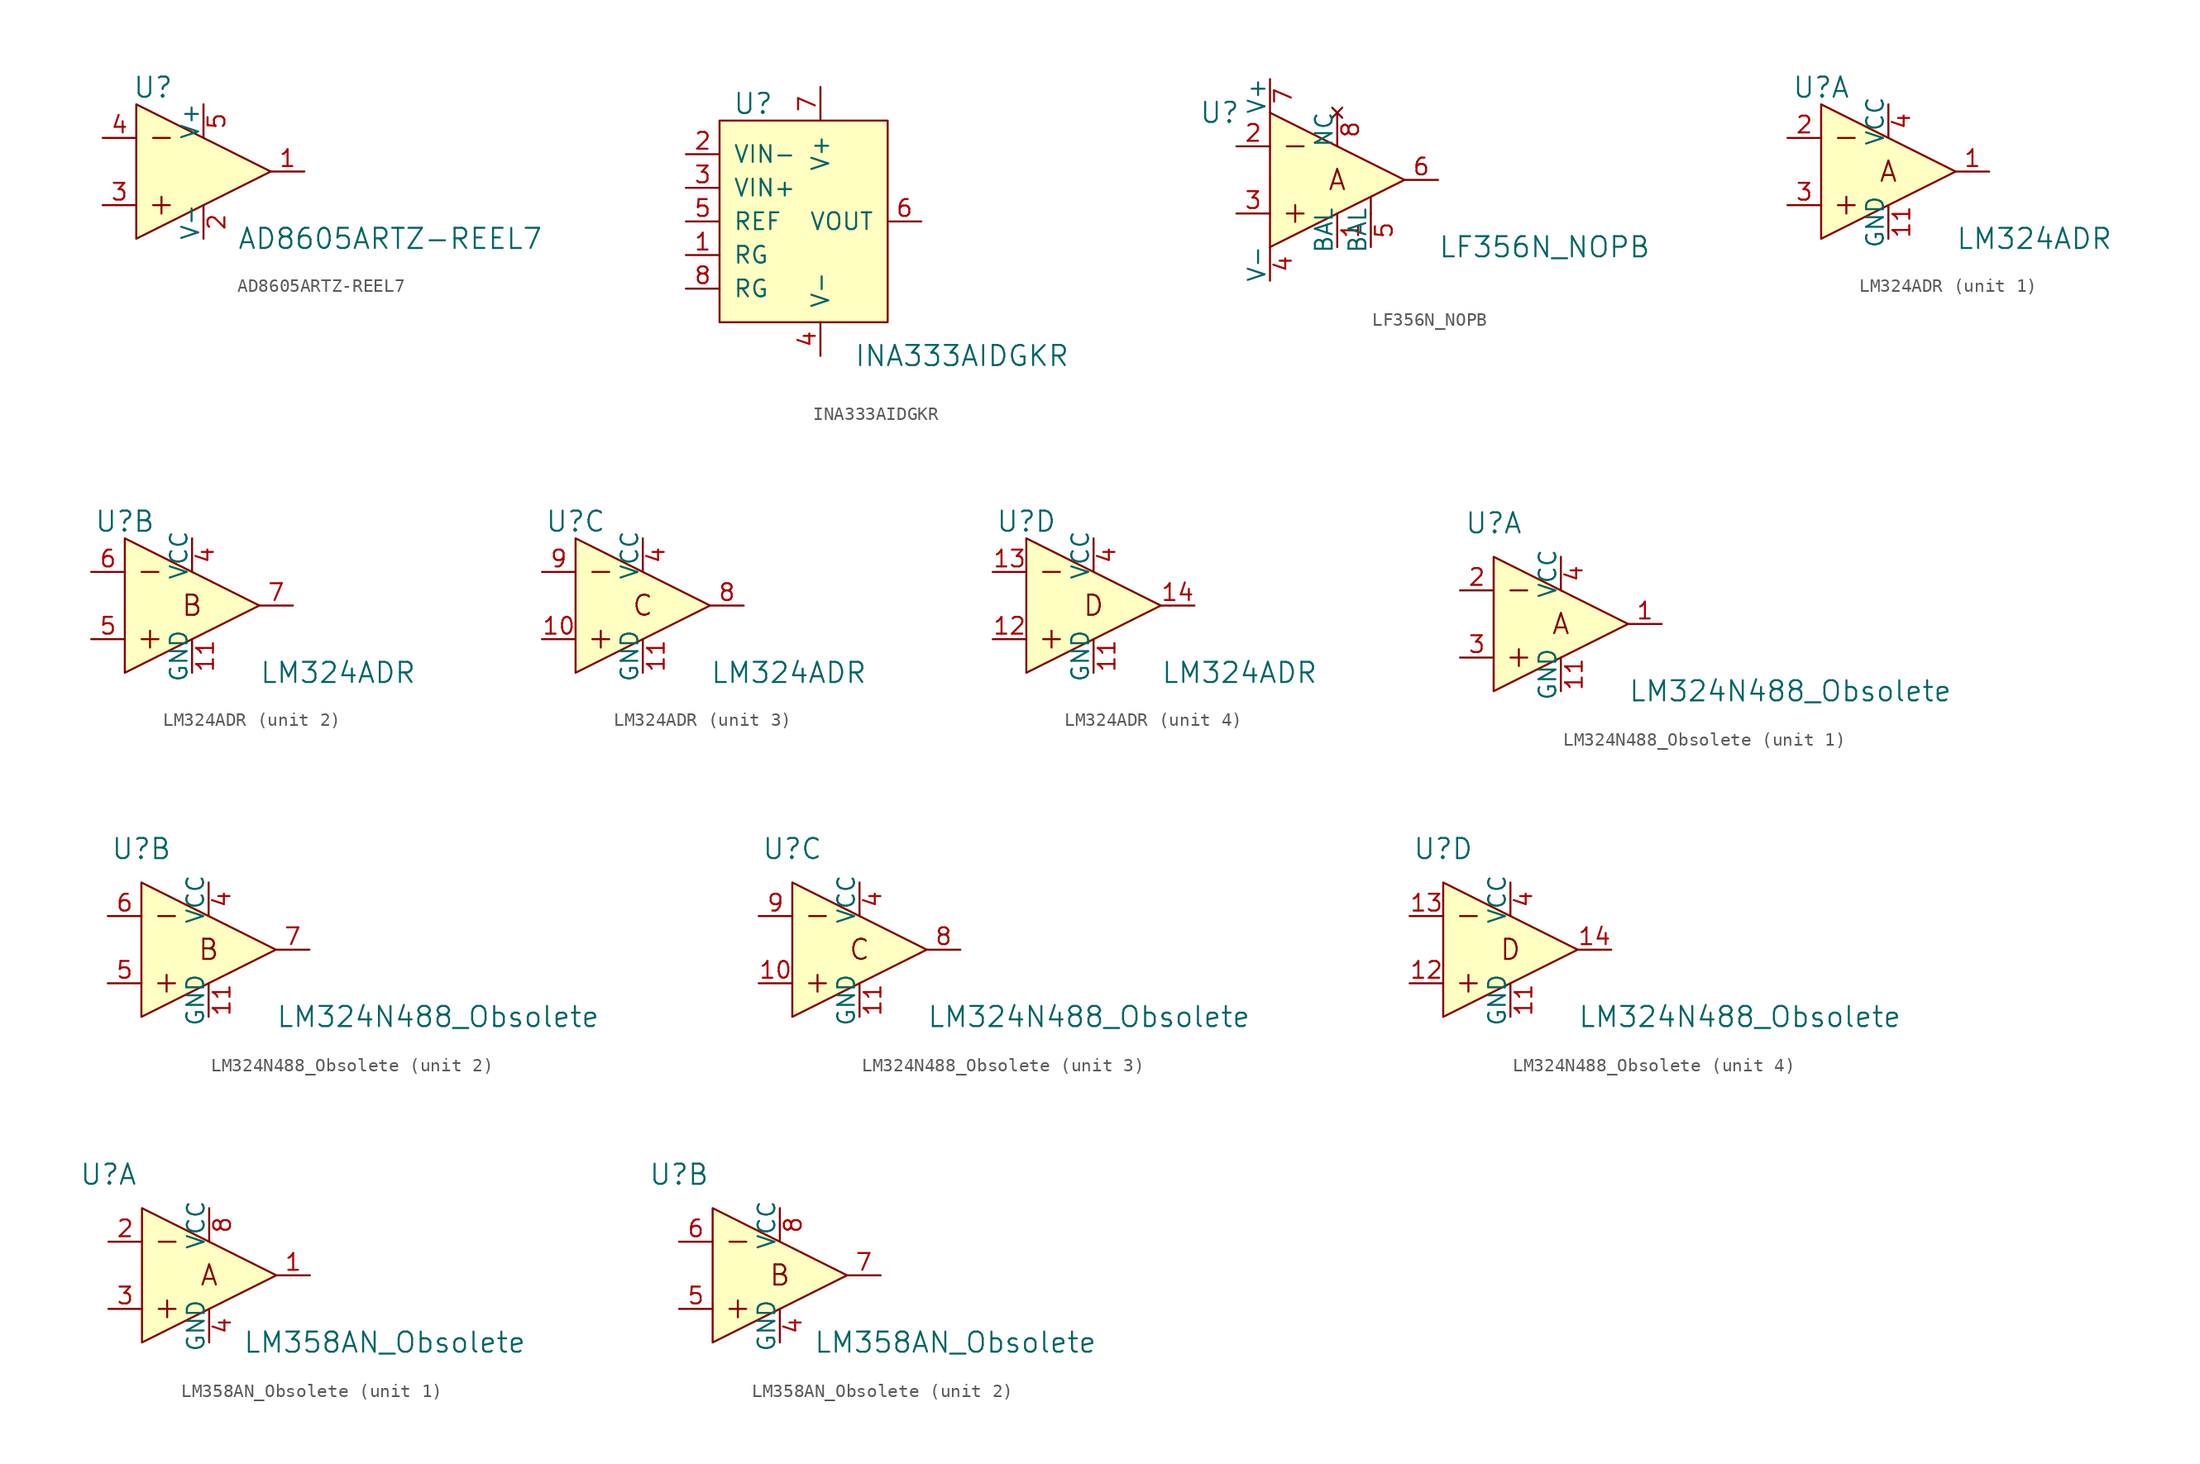
<source format=kicad_sym>
(kicad_symbol_lib
  (version 20220914)
  (generator kicad_symbol_editor)
  (symbol "AD8605ARTZ-REEL7"
    (pin_names
      (offset 0))
    (property "Reference" "U"
      (at -3.81 6.35 0)
      (effects (font (size 1.524 1.524))))
    (property "Value" "AD8605ARTZ-REEL7"
      (at 2.54 -5.08 0)
      (effects (font (size 1.524 1.524)) (justify left)))
    (symbol "AD8605ARTZ-REEL7_1_0"
      (polyline (pts (xy -3.81 -2.54) (xy -2.54 -2.54)) (stroke (width 0) (type solid)) (fill (type none)))
      (polyline (pts (xy -3.81 2.54) (xy -2.54 2.54)) (stroke (width 0) (type solid)) (fill (type none)))
      (polyline (pts (xy -3.175 -1.905) (xy -3.175 -3.175)) (stroke (width 0) (type solid)) (fill (type none)))
      (polyline (pts (xy -5.08 5.08) (xy -5.08 -5.08) (xy 5.08 0) (xy -5.08 5.08)) (stroke (width 0) (type solid)) (fill (type background))))
    (symbol "AD8605ARTZ-REEL7_1_1"
      (pin output line (at 7.62 0 180) (length 2.54) (name "~" (effects (font (size 1.27 1.27)))) (number "1" (effects (font (size 1.27 1.27)))))
      (pin power_in line (at 0 -5.08 90) (length 2.54) (name "V-" (effects (font (size 1.27 1.27)))) (number "2" (effects (font (size 1.27 1.27)))))
      (pin input line (at -7.62 -2.54 0) (length 2.54) (name "~" (effects (font (size 1.27 1.27)))) (number "3" (effects (font (size 1.27 1.27)))))
      (pin input line (at -7.62 2.54 0) (length 2.54) (name "~" (effects (font (size 1.27 1.27)))) (number "4" (effects (font (size 1.27 1.27)))))
      (pin power_in line (at 0 5.08 270) (length 2.54) (name "V+" (effects (font (size 1.27 1.27)))) (number "5" (effects (font (size 1.27 1.27)))))))
  (symbol "INA333AIDGKR"
    (pin_names
      (offset 1.016))
    (property "Reference" "U"
      (at -5.08 3.81 0)
      (effects (font (size 1.524 1.524))))
    (property "Value" "INA333AIDGKR"
      (at 2.54 -15.24 0)
      (effects (font (size 1.524 1.524)) (justify left)))
    (symbol "INA333AIDGKR_0_1"
      (rectangle (start -7.62 2.54) (end 5.08 -12.7) (stroke (width 0) (type solid)) (fill (type background))))
    (symbol "INA333AIDGKR_1_1"
      (pin passive line (at -10.16 -7.62 0) (length 2.54) (name "RG" (effects (font (size 1.27 1.27)))) (number "1" (effects (font (size 1.27 1.27)))))
      (pin input line (at -10.16 0 0) (length 2.54) (name "VIN-" (effects (font (size 1.27 1.27)))) (number "2" (effects (font (size 1.27 1.27)))))
      (pin input line (at -10.16 -2.54 0) (length 2.54) (name "VIN+" (effects (font (size 1.27 1.27)))) (number "3" (effects (font (size 1.27 1.27)))))
      (pin power_in line (at 0 -15.24 90) (length 2.54) (name "V-" (effects (font (size 1.27 1.27)))) (number "4" (effects (font (size 1.27 1.27)))))
      (pin input line (at -10.16 -5.08 0) (length 2.54) (name "REF" (effects (font (size 1.27 1.27)))) (number "5" (effects (font (size 1.27 1.27)))))
      (pin output line (at 7.62 -5.08 180) (length 2.54) (name "VOUT" (effects (font (size 1.27 1.27)))) (number "6" (effects (font (size 1.27 1.27)))))
      (pin power_in line (at 0 5.08 270) (length 2.54) (name "V+" (effects (font (size 1.27 1.27)))) (number "7" (effects (font (size 1.27 1.27)))))
      (pin passive line (at -10.16 -10.16 0) (length 2.54) (name "RG" (effects (font (size 1.27 1.27)))) (number "8" (effects (font (size 1.27 1.27)))))))
  (symbol "LF356N_NOPB"
    (pin_names
      (offset 0))
    (property "Reference" "U"
      (at -8.89 5.08 0)
      (effects (font (size 1.524 1.524))))
    (property "Value" "LF356N_NOPB"
      (at 7.62 -5.08 0)
      (effects (font (size 1.524 1.524)) (justify left)))
    (symbol "LF356N_NOPB_0_0"
      (text "A" (at 0 0 0) (effects (font (size 1.524 1.524)))))
    (symbol "LF356N_NOPB_1_0"
      (polyline (pts (xy -3.81 -2.54) (xy -2.54 -2.54)) (stroke (width 0) (type solid)) (fill (type none)))
      (polyline (pts (xy -3.81 2.54) (xy -2.54 2.54)) (stroke (width 0) (type solid)) (fill (type none)))
      (polyline (pts (xy -3.175 -1.905) (xy -3.175 -3.175)) (stroke (width 0) (type solid)) (fill (type none)))
      (polyline (pts (xy 2.54 -1.27) (xy 2.54 -2.54)) (stroke (width 0) (type solid)) (fill (type none)))
      (polyline (pts (xy -5.08 5.08) (xy -5.08 -5.08) (xy 5.08 0) (xy -5.08 5.08)) (stroke (width 0) (type solid)) (fill (type background))))
    (symbol "LF356N_NOPB_1_1"
      (pin input line (at 0 -5.08 90) (length 2.54) (name "BAL" (effects (font (size 1.27 1.27)))) (number "1" (effects (font (size 1.27 1.27)))))
      (pin input line (at -7.62 2.54 0) (length 2.54) (name "~" (effects (font (size 1.27 1.27)))) (number "2" (effects (font (size 1.27 1.27)))))
      (pin input line (at -7.62 -2.54 0) (length 2.54) (name "~" (effects (font (size 1.27 1.27)))) (number "3" (effects (font (size 1.27 1.27)))))
      (pin power_in line (at -5.08 -7.62 90) (length 2.54) (name "V-" (effects (font (size 1.27 1.27)))) (number "4" (effects (font (size 1.27 1.27)))))
      (pin input line (at 2.54 -5.08 90) (length 2.54) (name "BAL" (effects (font (size 1.27 1.27)))) (number "5" (effects (font (size 1.27 1.27)))))
      (pin output line (at 7.62 0 180) (length 2.54) (name "~" (effects (font (size 1.27 1.27)))) (number "6" (effects (font (size 1.27 1.27)))))
      (pin power_in line (at -5.08 7.62 270) (length 2.54) (name "V+" (effects (font (size 1.27 1.27)))) (number "7" (effects (font (size 1.27 1.27)))))
      (pin no_connect line (at 0 5.08 270) (length 2.54) (name "NC" (effects (font (size 1.27 1.27)))) (number "8" (effects (font (size 1.27 1.27)))))))
  (symbol "LM324ADR"
    (pin_names
      (offset 0))
    (property "Reference" "U"
      (at -5.08 6.35 0)
      (effects (font (size 1.524 1.524))))
    (property "Value" "LM324ADR"
      (at 5.08 -5.08 0)
      (effects (font (size 1.524 1.524)) (justify left)))
    (property "ki_locked" ""
      (at 0 0 0)
      (effects (font (size 1.27 1.27))))
    (symbol "LM324ADR_0_0"
      (polyline (pts (xy -3.81 -2.54) (xy -2.54 -2.54)) (stroke (width 0) (type solid)) (fill (type none)))
      (polyline (pts (xy -3.81 2.54) (xy -2.54 2.54)) (stroke (width 0) (type solid)) (fill (type none)))
      (polyline (pts (xy -3.175 -1.905) (xy -3.175 -3.175)) (stroke (width 0) (type solid)) (fill (type none)))
      (polyline (pts (xy -5.08 5.08) (xy -5.08 -5.08) (xy 5.08 0) (xy -5.08 5.08)) (stroke (width 0) (type solid)) (fill (type background))))
    (symbol "LM324ADR_1_0"
      (text "A" (at 0 0 0) (effects (font (size 1.524 1.524)))))
    (symbol "LM324ADR_1_1"
      (pin output line (at 7.62 0 180) (length 2.54) (name "~" (effects (font (size 1.27 1.27)))) (number "1" (effects (font (size 1.27 1.27)))))
      (pin power_in line (at 0 -5.08 90) (length 2.54) (name "GND" (effects (font (size 1.27 1.27)))) (number "11" (effects (font (size 1.27 1.27)))))
      (pin input line (at -7.62 2.54 0) (length 2.54) (name "~" (effects (font (size 1.27 1.27)))) (number "2" (effects (font (size 1.27 1.27)))))
      (pin input line (at -7.62 -2.54 0) (length 2.54) (name "~" (effects (font (size 1.27 1.27)))) (number "3" (effects (font (size 1.27 1.27)))))
      (pin power_in line (at 0 5.08 270) (length 2.54) (name "VCC" (effects (font (size 1.27 1.27)))) (number "4" (effects (font (size 1.27 1.27))))))
    (symbol "LM324ADR_2_0"
      (text "B" (at 0 0 0) (effects (font (size 1.524 1.524)))))
    (symbol "LM324ADR_2_1"
      (pin power_in line (at 0 -5.08 90) (length 2.54) (name "GND" (effects (font (size 1.27 1.27)))) (number "11" (effects (font (size 1.27 1.27)))))
      (pin power_in line (at 0 5.08 270) (length 2.54) (name "VCC" (effects (font (size 1.27 1.27)))) (number "4" (effects (font (size 1.27 1.27)))))
      (pin input line (at -7.62 -2.54 0) (length 2.54) (name "~" (effects (font (size 1.27 1.27)))) (number "5" (effects (font (size 1.27 1.27)))))
      (pin input line (at -7.62 2.54 0) (length 2.54) (name "~" (effects (font (size 1.27 1.27)))) (number "6" (effects (font (size 1.27 1.27)))))
      (pin output line (at 7.62 0 180) (length 2.54) (name "~" (effects (font (size 1.27 1.27)))) (number "7" (effects (font (size 1.27 1.27))))))
    (symbol "LM324ADR_3_0"
      (text "C" (at 0 0 0) (effects (font (size 1.524 1.524)))))
    (symbol "LM324ADR_3_1"
      (pin input line (at -7.62 -2.54 0) (length 2.54) (name "~" (effects (font (size 1.27 1.27)))) (number "10" (effects (font (size 1.27 1.27)))))
      (pin power_in line (at 0 -5.08 90) (length 2.54) (name "GND" (effects (font (size 1.27 1.27)))) (number "11" (effects (font (size 1.27 1.27)))))
      (pin power_in line (at 0 5.08 270) (length 2.54) (name "VCC" (effects (font (size 1.27 1.27)))) (number "4" (effects (font (size 1.27 1.27)))))
      (pin output line (at 7.62 0 180) (length 2.54) (name "~" (effects (font (size 1.27 1.27)))) (number "8" (effects (font (size 1.27 1.27)))))
      (pin input line (at -7.62 2.54 0) (length 2.54) (name "~" (effects (font (size 1.27 1.27)))) (number "9" (effects (font (size 1.27 1.27))))))
    (symbol "LM324ADR_4_0"
      (text "D" (at 0 0 0) (effects (font (size 1.524 1.524)))))
    (symbol "LM324ADR_4_1"
      (pin power_in line (at 0 -5.08 90) (length 2.54) (name "GND" (effects (font (size 1.27 1.27)))) (number "11" (effects (font (size 1.27 1.27)))))
      (pin input line (at -7.62 -2.54 0) (length 2.54) (name "~" (effects (font (size 1.27 1.27)))) (number "12" (effects (font (size 1.27 1.27)))))
      (pin input line (at -7.62 2.54 0) (length 2.54) (name "~" (effects (font (size 1.27 1.27)))) (number "13" (effects (font (size 1.27 1.27)))))
      (pin output line (at 7.62 0 180) (length 2.54) (name "~" (effects (font (size 1.27 1.27)))) (number "14" (effects (font (size 1.27 1.27)))))
      (pin power_in line (at 0 5.08 270) (length 2.54) (name "VCC" (effects (font (size 1.27 1.27)))) (number "4" (effects (font (size 1.27 1.27)))))))
  (symbol "LM324N488_Obsolete"
    (pin_names
      (offset 0))
    (property "Reference" "U"
      (at -5.08 7.62 0)
      (effects (font (size 1.524 1.524))))
    (property "Value" "LM324N488_Obsolete"
      (at 5.08 -5.08 0)
      (effects (font (size 1.524 1.524)) (justify left)))
    (property "ki_locked" ""
      (at 0 0 0)
      (effects (font (size 1.27 1.27))))
    (symbol "LM324N488_Obsolete_0_0"
      (polyline (pts (xy -3.81 -2.54) (xy -2.54 -2.54)) (stroke (width 0) (type solid)) (fill (type none)))
      (polyline (pts (xy -3.81 2.54) (xy -2.54 2.54)) (stroke (width 0) (type solid)) (fill (type none)))
      (polyline (pts (xy -3.175 -1.905) (xy -3.175 -3.175)) (stroke (width 0) (type solid)) (fill (type none)))
      (polyline (pts (xy -5.08 5.08) (xy -5.08 -5.08) (xy 5.08 0) (xy -5.08 5.08)) (stroke (width 0) (type solid)) (fill (type background))))
    (symbol "LM324N488_Obsolete_1_0"
      (text "A" (at 0 0 0) (effects (font (size 1.524 1.524)))))
    (symbol "LM324N488_Obsolete_1_1"
      (pin output line (at 7.62 0 180) (length 2.54) (name "~" (effects (font (size 1.27 1.27)))) (number "1" (effects (font (size 1.27 1.27)))))
      (pin power_in line (at 0 -5.08 90) (length 2.54) (name "GND" (effects (font (size 1.27 1.27)))) (number "11" (effects (font (size 1.27 1.27)))))
      (pin input line (at -7.62 2.54 0) (length 2.54) (name "~" (effects (font (size 1.27 1.27)))) (number "2" (effects (font (size 1.27 1.27)))))
      (pin input line (at -7.62 -2.54 0) (length 2.54) (name "~" (effects (font (size 1.27 1.27)))) (number "3" (effects (font (size 1.27 1.27)))))
      (pin power_in line (at 0 5.08 270) (length 2.54) (name "VCC" (effects (font (size 1.27 1.27)))) (number "4" (effects (font (size 1.27 1.27))))))
    (symbol "LM324N488_Obsolete_2_0"
      (text "B" (at 0 0 0) (effects (font (size 1.524 1.524)))))
    (symbol "LM324N488_Obsolete_2_1"
      (pin power_in line (at 0 -5.08 90) (length 2.54) (name "GND" (effects (font (size 1.27 1.27)))) (number "11" (effects (font (size 1.27 1.27)))))
      (pin power_in line (at 0 5.08 270) (length 2.54) (name "VCC" (effects (font (size 1.27 1.27)))) (number "4" (effects (font (size 1.27 1.27)))))
      (pin input line (at -7.62 -2.54 0) (length 2.54) (name "~" (effects (font (size 1.27 1.27)))) (number "5" (effects (font (size 1.27 1.27)))))
      (pin input line (at -7.62 2.54 0) (length 2.54) (name "~" (effects (font (size 1.27 1.27)))) (number "6" (effects (font (size 1.27 1.27)))))
      (pin output line (at 7.62 0 180) (length 2.54) (name "~" (effects (font (size 1.27 1.27)))) (number "7" (effects (font (size 1.27 1.27))))))
    (symbol "LM324N488_Obsolete_3_0"
      (text "C" (at 0 0 0) (effects (font (size 1.524 1.524)))))
    (symbol "LM324N488_Obsolete_3_1"
      (pin input line (at -7.62 -2.54 0) (length 2.54) (name "~" (effects (font (size 1.27 1.27)))) (number "10" (effects (font (size 1.27 1.27)))))
      (pin power_in line (at 0 -5.08 90) (length 2.54) (name "GND" (effects (font (size 1.27 1.27)))) (number "11" (effects (font (size 1.27 1.27)))))
      (pin power_in line (at 0 5.08 270) (length 2.54) (name "VCC" (effects (font (size 1.27 1.27)))) (number "4" (effects (font (size 1.27 1.27)))))
      (pin output line (at 7.62 0 180) (length 2.54) (name "~" (effects (font (size 1.27 1.27)))) (number "8" (effects (font (size 1.27 1.27)))))
      (pin input line (at -7.62 2.54 0) (length 2.54) (name "~" (effects (font (size 1.27 1.27)))) (number "9" (effects (font (size 1.27 1.27))))))
    (symbol "LM324N488_Obsolete_4_0"
      (text "D" (at 0 0 0) (effects (font (size 1.524 1.524)))))
    (symbol "LM324N488_Obsolete_4_1"
      (pin power_in line (at 0 -5.08 90) (length 2.54) (name "GND" (effects (font (size 1.27 1.27)))) (number "11" (effects (font (size 1.27 1.27)))))
      (pin input line (at -7.62 -2.54 0) (length 2.54) (name "~" (effects (font (size 1.27 1.27)))) (number "12" (effects (font (size 1.27 1.27)))))
      (pin input line (at -7.62 2.54 0) (length 2.54) (name "~" (effects (font (size 1.27 1.27)))) (number "13" (effects (font (size 1.27 1.27)))))
      (pin output line (at 7.62 0 180) (length 2.54) (name "~" (effects (font (size 1.27 1.27)))) (number "14" (effects (font (size 1.27 1.27)))))
      (pin power_in line (at 0 5.08 270) (length 2.54) (name "VCC" (effects (font (size 1.27 1.27)))) (number "4" (effects (font (size 1.27 1.27)))))))
  (symbol "LM358AN_Obsolete"
    (pin_names
      (offset 0))
    (property "Reference" "U"
      (at -7.62 7.62 0)
      (effects (font (size 1.524 1.524))))
    (property "Value" "LM358AN_Obsolete"
      (at 2.54 -5.08 0)
      (effects (font (size 1.524 1.524)) (justify left)))
    (property "ki_locked" ""
      (at 0 0 0)
      (effects (font (size 1.27 1.27))))
    (symbol "LM358AN_Obsolete_0_1"
      (polyline (pts (xy -3.81 -2.54) (xy -2.54 -2.54)) (stroke (width 0) (type solid)) (fill (type none)))
      (polyline (pts (xy -3.81 2.54) (xy -2.54 2.54)) (stroke (width 0) (type solid)) (fill (type none)))
      (polyline (pts (xy -3.175 -1.905) (xy -3.175 -3.175)) (stroke (width 0) (type solid)) (fill (type none)))
      (polyline (pts (xy -5.08 5.08) (xy -5.08 -5.08) (xy 5.08 0) (xy -5.08 5.08)) (stroke (width 0) (type solid)) (fill (type background))))
    (symbol "LM358AN_Obsolete_1_0"
      (text "A" (at 0 0 0) (effects (font (size 1.524 1.524)))))
    (symbol "LM358AN_Obsolete_1_1"
      (pin output line (at 7.62 0 180) (length 2.54) (name "~" (effects (font (size 1.27 1.27)))) (number "1" (effects (font (size 1.27 1.27)))))
      (pin input line (at -7.62 2.54 0) (length 2.54) (name "~" (effects (font (size 1.27 1.27)))) (number "2" (effects (font (size 1.27 1.27)))))
      (pin input line (at -7.62 -2.54 0) (length 2.54) (name "~" (effects (font (size 1.27 1.27)))) (number "3" (effects (font (size 1.27 1.27)))))
      (pin power_in line (at 0 -5.08 90) (length 2.54) (name "GND" (effects (font (size 1.27 1.27)))) (number "4" (effects (font (size 1.27 1.27)))))
      (pin power_in line (at 0 5.08 270) (length 2.54) (name "VCC" (effects (font (size 1.27 1.27)))) (number "8" (effects (font (size 1.27 1.27))))))
    (symbol "LM358AN_Obsolete_2_0"
      (text "B" (at 0 0 0) (effects (font (size 1.524 1.524)))))
    (symbol "LM358AN_Obsolete_2_1"
      (pin power_in line (at 0 -5.08 90) (length 2.54) (name "GND" (effects (font (size 1.27 1.27)))) (number "4" (effects (font (size 1.27 1.27)))))
      (pin input line (at -7.62 -2.54 0) (length 2.54) (name "~" (effects (font (size 1.27 1.27)))) (number "5" (effects (font (size 1.27 1.27)))))
      (pin input line (at -7.62 2.54 0) (length 2.54) (name "~" (effects (font (size 1.27 1.27)))) (number "6" (effects (font (size 1.27 1.27)))))
      (pin output line (at 7.62 0 180) (length 2.54) (name "~" (effects (font (size 1.27 1.27)))) (number "7" (effects (font (size 1.27 1.27)))))
      (pin power_in line (at 0 5.08 270) (length 2.54) (name "VCC" (effects (font (size 1.27 1.27)))) (number "8" (effects (font (size 1.27 1.27))))))))
</source>
